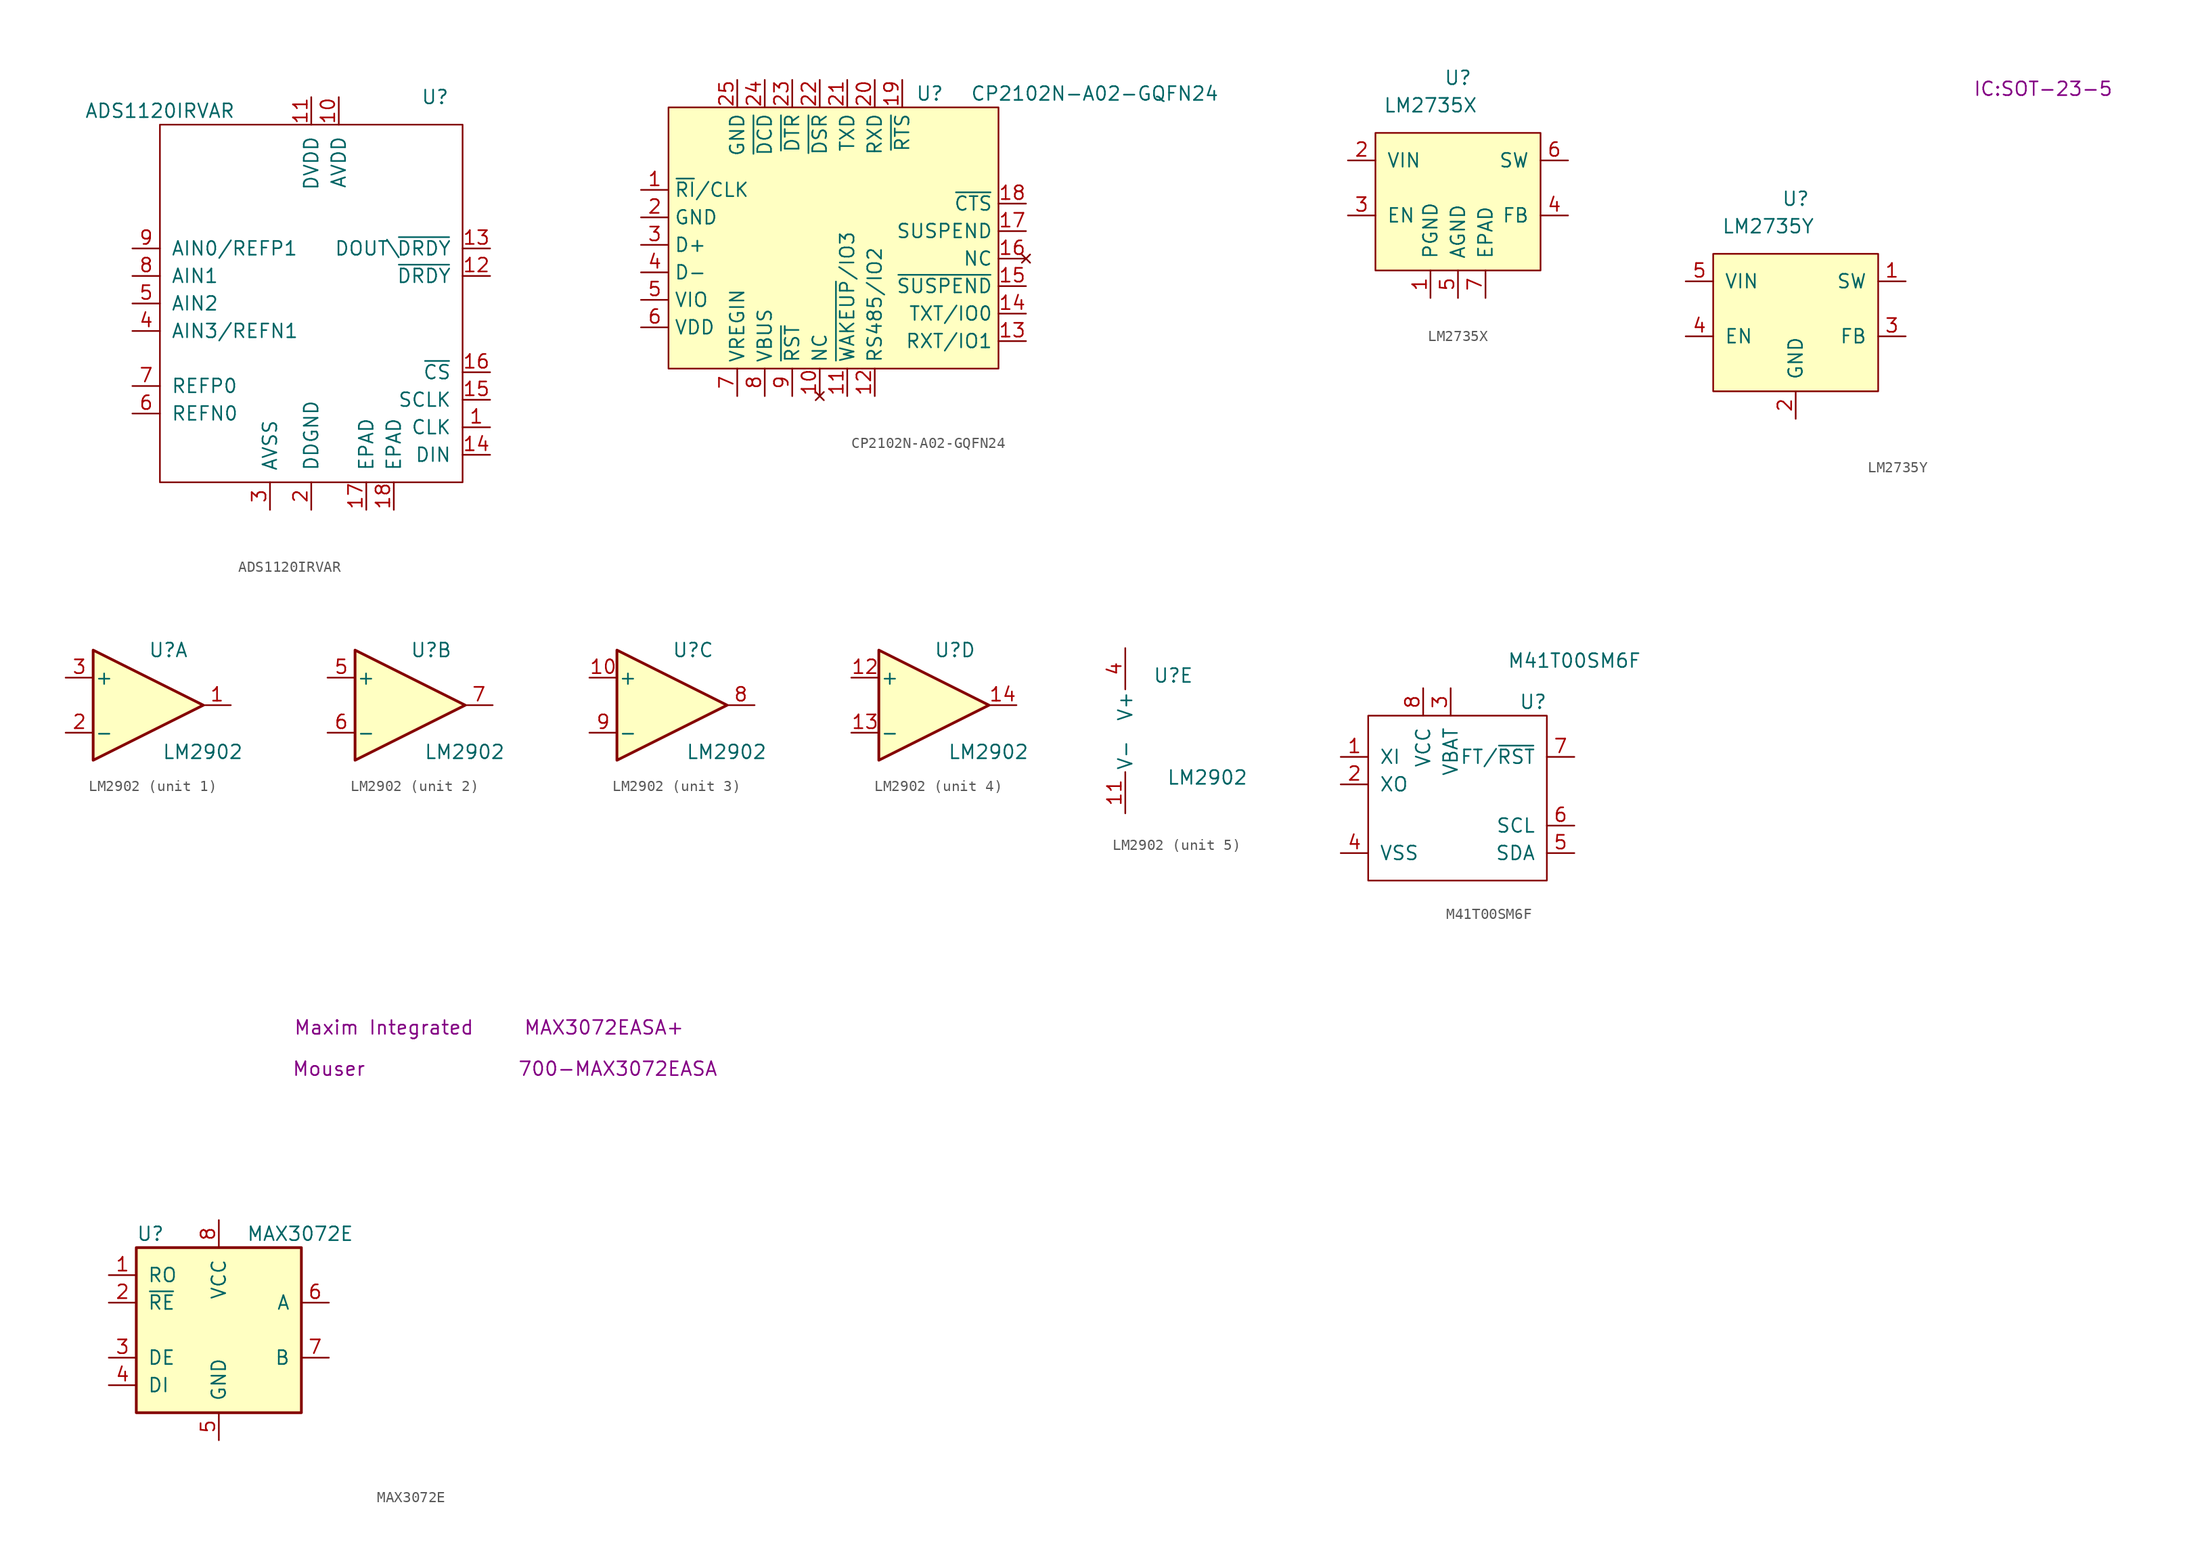
<source format=kicad_sym>
(kicad_symbol_lib
  (version 20220914)
  (generator kicad_symbol_editor)
  (symbol "ADS1120IRVAR"
    (pin_names
      (offset 1.016))
    (property "Reference" "U"
      (at 11.43 22.86 0)
      (effects (font (size 1.27 1.27))))
    (property "Value" "ADS1120IRVAR"
      (at -13.97 21.59 0)
      (effects (font (size 1.27 1.27))))
    (symbol "ADS1120IRVAR_0_1"
      (rectangle (start -13.97 20.32) (end 13.97 -12.7) (stroke (width 0) (type solid)) (fill (type none))))
    (symbol "ADS1120IRVAR_1_1"
      (pin passive line (at 16.51 -7.62 180) (length 2.54) (name "CLK" (effects (font (size 1.27 1.27)))) (number "1" (effects (font (size 1.27 1.27)))))
      (pin passive line (at 2.54 22.86 270) (length 2.54) (name "AVDD" (effects (font (size 1.27 1.27)))) (number "10" (effects (font (size 1.27 1.27)))))
      (pin input line (at 0 22.86 270) (length 2.54) (name "DVDD" (effects (font (size 1.27 1.27)))) (number "11" (effects (font (size 1.27 1.27)))))
      (pin output line (at 16.51 6.35 180) (length 2.54) (name "~{DRDY}" (effects (font (size 1.27 1.27)))) (number "12" (effects (font (size 1.27 1.27)))))
      (pin output line (at 16.51 8.89 180) (length 2.54) (name "DOUT\\~{DRDY}" (effects (font (size 1.27 1.27)))) (number "13" (effects (font (size 1.27 1.27)))))
      (pin input line (at 16.51 -10.16 180) (length 2.54) (name "DIN" (effects (font (size 1.27 1.27)))) (number "14" (effects (font (size 1.27 1.27)))))
      (pin input line (at 16.51 -5.08 180) (length 2.54) (name "SCLK" (effects (font (size 1.27 1.27)))) (number "15" (effects (font (size 1.27 1.27)))))
      (pin input line (at 16.51 -2.54 180) (length 2.54) (name "~{CS}" (effects (font (size 1.27 1.27)))) (number "16" (effects (font (size 1.27 1.27)))))
      (pin passive line (at 5.08 -15.24 90) (length 2.54) (name "EPAD" (effects (font (size 1.27 1.27)))) (number "17" (effects (font (size 1.27 1.27)))))
      (pin passive line (at 7.62 -15.24 90) (length 2.54) (name "EPAD" (effects (font (size 1.27 1.27)))) (number "18" (effects (font (size 1.27 1.27)))))
      (pin passive line (at 0 -15.24 90) (length 2.54) (name "DDGND" (effects (font (size 1.27 1.27)))) (number "2" (effects (font (size 1.27 1.27)))))
      (pin passive line (at -3.81 -15.24 90) (length 2.54) (name "AVSS" (effects (font (size 1.27 1.27)))) (number "3" (effects (font (size 1.27 1.27)))))
      (pin input line (at -16.51 1.27 0) (length 2.54) (name "AIN3/REFN1" (effects (font (size 1.27 1.27)))) (number "4" (effects (font (size 1.27 1.27)))))
      (pin input line (at -16.51 3.81 0) (length 2.54) (name "AIN2" (effects (font (size 1.27 1.27)))) (number "5" (effects (font (size 1.27 1.27)))))
      (pin passive line (at -16.51 -6.35 0) (length 2.54) (name "REFN0" (effects (font (size 1.27 1.27)))) (number "6" (effects (font (size 1.27 1.27)))))
      (pin passive line (at -16.51 -3.81 0) (length 2.54) (name "REFP0" (effects (font (size 1.27 1.27)))) (number "7" (effects (font (size 1.27 1.27)))))
      (pin input line (at -16.51 6.35 0) (length 2.54) (name "AIN1" (effects (font (size 1.27 1.27)))) (number "8" (effects (font (size 1.27 1.27)))))
      (pin input line (at -16.51 8.89 0) (length 2.54) (name "AIN0/REFP1" (effects (font (size 1.27 1.27)))) (number "9" (effects (font (size 1.27 1.27)))))))
  (symbol "CP2102N-A02-GQFN24"
    (property "Reference" "U"
      (at 8.89 13.97 0)
      (effects (font (size 1.27 1.27))))
    (property "Value" "CP2102N-A02-GQFN24"
      (at 24.13 13.97 0)
      (effects (font (size 1.27 1.27))))
    (symbol "CP2102N-A02-GQFN24_0_1"
      (rectangle (start -15.24 12.7) (end 15.24 -11.43) (stroke (width 0) (type solid)) (fill (type background))))
    (symbol "CP2102N-A02-GQFN24_1_1"
      (pin bidirectional line (at -17.78 5.08 0) (length 2.54) (name "~{RI}/CLK" (effects (font (size 1.27 1.27)))) (number "1" (effects (font (size 1.27 1.27)))))
      (pin no_connect line (at -1.27 -13.97 90) (length 2.54) (name "NC" (effects (font (size 1.27 1.27)))) (number "10" (effects (font (size 1.27 1.27)))))
      (pin bidirectional line (at 1.27 -13.97 90) (length 2.54) (name "~{WAKEUP}/IO3" (effects (font (size 1.27 1.27)))) (number "11" (effects (font (size 1.27 1.27)))))
      (pin bidirectional line (at 3.81 -13.97 90) (length 2.54) (name "RS485/IO2" (effects (font (size 1.27 1.27)))) (number "12" (effects (font (size 1.27 1.27)))))
      (pin bidirectional line (at 17.78 -8.89 180) (length 2.54) (name "RXT/IO1" (effects (font (size 1.27 1.27)))) (number "13" (effects (font (size 1.27 1.27)))))
      (pin bidirectional line (at 17.78 -6.35 180) (length 2.54) (name "TXT/IO0" (effects (font (size 1.27 1.27)))) (number "14" (effects (font (size 1.27 1.27)))))
      (pin output line (at 17.78 -3.81 180) (length 2.54) (name "~{SUSPEND}" (effects (font (size 1.27 1.27)))) (number "15" (effects (font (size 1.27 1.27)))))
      (pin no_connect line (at 17.78 -1.27 180) (length 2.54) (name "NC" (effects (font (size 1.27 1.27)))) (number "16" (effects (font (size 1.27 1.27)))))
      (pin output line (at 17.78 1.27 180) (length 2.54) (name "SUSPEND" (effects (font (size 1.27 1.27)))) (number "17" (effects (font (size 1.27 1.27)))))
      (pin input line (at 17.78 3.81 180) (length 2.54) (name "~{CTS}" (effects (font (size 1.27 1.27)))) (number "18" (effects (font (size 1.27 1.27)))))
      (pin output line (at 6.35 15.24 270) (length 2.54) (name "~{RTS}" (effects (font (size 1.27 1.27)))) (number "19" (effects (font (size 1.27 1.27)))))
      (pin power_in line (at -17.78 2.54 0) (length 2.54) (name "GND" (effects (font (size 1.27 1.27)))) (number "2" (effects (font (size 1.27 1.27)))))
      (pin input line (at 3.81 15.24 270) (length 2.54) (name "RXD" (effects (font (size 1.27 1.27)))) (number "20" (effects (font (size 1.27 1.27)))))
      (pin output line (at 1.27 15.24 270) (length 2.54) (name "TXD" (effects (font (size 1.27 1.27)))) (number "21" (effects (font (size 1.27 1.27)))))
      (pin input line (at -1.27 15.24 270) (length 2.54) (name "~{DSR}" (effects (font (size 1.27 1.27)))) (number "22" (effects (font (size 1.27 1.27)))))
      (pin output line (at -3.81 15.24 270) (length 2.54) (name "~{DTR}" (effects (font (size 1.27 1.27)))) (number "23" (effects (font (size 1.27 1.27)))))
      (pin input line (at -6.35 15.24 270) (length 2.54) (name "~{DCD}" (effects (font (size 1.27 1.27)))) (number "24" (effects (font (size 1.27 1.27)))))
      (pin power_in line (at -8.89 15.24 270) (length 2.54) (name "GND" (effects (font (size 1.27 1.27)))) (number "25" (effects (font (size 1.27 1.27)))))
      (pin bidirectional line (at -17.78 0 0) (length 2.54) (name "D+" (effects (font (size 1.27 1.27)))) (number "3" (effects (font (size 1.27 1.27)))))
      (pin bidirectional line (at -17.78 -2.54 0) (length 2.54) (name "D-" (effects (font (size 1.27 1.27)))) (number "4" (effects (font (size 1.27 1.27)))))
      (pin power_in line (at -17.78 -5.08 0) (length 2.54) (name "VIO" (effects (font (size 1.27 1.27)))) (number "5" (effects (font (size 1.27 1.27)))))
      (pin power_in line (at -17.78 -7.62 0) (length 2.54) (name "VDD" (effects (font (size 1.27 1.27)))) (number "6" (effects (font (size 1.27 1.27)))))
      (pin power_in line (at -8.89 -13.97 90) (length 2.54) (name "VREGIN" (effects (font (size 1.27 1.27)))) (number "7" (effects (font (size 1.27 1.27)))))
      (pin power_in line (at -6.35 -13.97 90) (length 2.54) (name "VBUS" (effects (font (size 1.27 1.27)))) (number "8" (effects (font (size 1.27 1.27)))))
      (pin input line (at -3.81 -13.97 90) (length 2.54) (name "~{RST}" (effects (font (size 1.27 1.27)))) (number "9" (effects (font (size 1.27 1.27)))))))
  (symbol "LM2735X"
    (pin_names
      (offset 1.016))
    (property "Reference" "U"
      (at 2.54 15.24 0)
      (effects (font (size 1.27 1.27))))
    (property "Value" "LM2735X"
      (at 0 12.7 0)
      (effects (font (size 1.27 1.27))))
    (symbol "LM2735X_0_1"
      (rectangle (start -5.08 10.16) (end 10.16 -2.54) (stroke (width 0) (type solid)) (fill (type background))))
    (symbol "LM2735X_1_1"
      (pin passive line (at 0 -5.08 90) (length 2.54) (name "PGND" (effects (font (size 1.27 1.27)))) (number "1" (effects (font (size 1.27 1.27)))))
      (pin passive line (at -7.62 7.62 0) (length 2.54) (name "VIN" (effects (font (size 1.27 1.27)))) (number "2" (effects (font (size 1.27 1.27)))))
      (pin passive line (at -7.62 2.54 0) (length 2.54) (name "EN" (effects (font (size 1.27 1.27)))) (number "3" (effects (font (size 1.27 1.27)))))
      (pin passive line (at 12.7 2.54 180) (length 2.54) (name "FB" (effects (font (size 1.27 1.27)))) (number "4" (effects (font (size 1.27 1.27)))))
      (pin passive line (at 2.54 -5.08 90) (length 2.54) (name "AGND" (effects (font (size 1.27 1.27)))) (number "5" (effects (font (size 1.27 1.27)))))
      (pin passive line (at 12.7 7.62 180) (length 2.54) (name "SW" (effects (font (size 1.27 1.27)))) (number "6" (effects (font (size 1.27 1.27)))))
      (pin passive line (at 5.08 -5.08 90) (length 2.54) (name "EPAD" (effects (font (size 1.27 1.27)))) (number "7" (effects (font (size 1.27 1.27)))))))
  (symbol "LM2735Y"
    (pin_names
      (offset 1.016))
    (property "Reference" "U"
      (at 2.54 15.24 0)
      (effects (font (size 1.27 1.27))))
    (property "Value" "LM2735Y"
      (at 0 12.7 0)
      (effects (font (size 1.27 1.27))))
    (property "Footprint" "IC:SOT-23-5"
      (at 25.4 25.4 0)
      (effects (font (size 1.27 1.27))))
    (symbol "LM2735Y_0_1"
      (rectangle (start -5.08 10.16) (end 10.16 -2.54) (stroke (width 0) (type solid)) (fill (type background))))
    (symbol "LM2735Y_1_1"
      (pin passive line (at 12.7 7.62 180) (length 2.54) (name "SW" (effects (font (size 1.27 1.27)))) (number "1" (effects (font (size 1.27 1.27)))))
      (pin passive line (at 2.54 -5.08 90) (length 2.54) (name "GND" (effects (font (size 1.27 1.27)))) (number "2" (effects (font (size 1.27 1.27)))))
      (pin passive line (at 12.7 2.54 180) (length 2.54) (name "FB" (effects (font (size 1.27 1.27)))) (number "3" (effects (font (size 1.27 1.27)))))
      (pin passive line (at -7.62 2.54 0) (length 2.54) (name "EN" (effects (font (size 1.27 1.27)))) (number "4" (effects (font (size 1.27 1.27)))))
      (pin passive line (at -7.62 7.62 0) (length 2.54) (name "VIN" (effects (font (size 1.27 1.27)))) (number "5" (effects (font (size 1.27 1.27)))))))
  (symbol "LM2902"
    (pin_names
      (offset 0.127))
    (property "Reference" "U"
      (at 0 5.08 0)
      (effects (font (size 1.27 1.27)) (justify left)))
    (property "Value" "LM2902"
      (at 1.27 -4.318 0)
      (effects (font (size 1.27 1.27)) (justify left)))
    (property "ki_locked" ""
      (at 0 0 0)
      (effects (font (size 1.27 1.27))))
    (symbol "LM2902_1_1"
      (polyline (pts (xy -5.08 5.08) (xy 5.08 0) (xy -5.08 -5.08) (xy -5.08 5.08)) (stroke (width 0.254) (type solid)) (fill (type background)))
      (pin output line (at 7.62 0 180) (length 2.54) (name "~" (effects (font (size 1.27 1.27)))) (number "1" (effects (font (size 1.27 1.27)))))
      (pin input line (at -7.62 -2.54 0) (length 2.54) (name "-" (effects (font (size 1.27 1.27)))) (number "2" (effects (font (size 1.27 1.27)))))
      (pin input line (at -7.62 2.54 0) (length 2.54) (name "+" (effects (font (size 1.27 1.27)))) (number "3" (effects (font (size 1.27 1.27))))))
    (symbol "LM2902_2_1"
      (polyline (pts (xy -5.08 5.08) (xy 5.08 0) (xy -5.08 -5.08) (xy -5.08 5.08)) (stroke (width 0.254) (type solid)) (fill (type background)))
      (pin input line (at -7.62 2.54 0) (length 2.54) (name "+" (effects (font (size 1.27 1.27)))) (number "5" (effects (font (size 1.27 1.27)))))
      (pin input line (at -7.62 -2.54 0) (length 2.54) (name "-" (effects (font (size 1.27 1.27)))) (number "6" (effects (font (size 1.27 1.27)))))
      (pin output line (at 7.62 0 180) (length 2.54) (name "~" (effects (font (size 1.27 1.27)))) (number "7" (effects (font (size 1.27 1.27))))))
    (symbol "LM2902_3_1"
      (polyline (pts (xy -5.08 5.08) (xy 5.08 0) (xy -5.08 -5.08) (xy -5.08 5.08)) (stroke (width 0.254) (type solid)) (fill (type background)))
      (pin input line (at -7.62 2.54 0) (length 2.54) (name "+" (effects (font (size 1.27 1.27)))) (number "10" (effects (font (size 1.27 1.27)))))
      (pin output line (at 7.62 0 180) (length 2.54) (name "~" (effects (font (size 1.27 1.27)))) (number "8" (effects (font (size 1.27 1.27)))))
      (pin input line (at -7.62 -2.54 0) (length 2.54) (name "-" (effects (font (size 1.27 1.27)))) (number "9" (effects (font (size 1.27 1.27))))))
    (symbol "LM2902_4_1"
      (polyline (pts (xy -5.08 5.08) (xy 5.08 0) (xy -5.08 -5.08) (xy -5.08 5.08)) (stroke (width 0.254) (type solid)) (fill (type background)))
      (pin input line (at -7.62 2.54 0) (length 2.54) (name "+" (effects (font (size 1.27 1.27)))) (number "12" (effects (font (size 1.27 1.27)))))
      (pin input line (at -7.62 -2.54 0) (length 2.54) (name "-" (effects (font (size 1.27 1.27)))) (number "13" (effects (font (size 1.27 1.27)))))
      (pin output line (at 7.62 0 180) (length 2.54) (name "~" (effects (font (size 1.27 1.27)))) (number "14" (effects (font (size 1.27 1.27))))))
    (symbol "LM2902_5_1"
      (pin power_in line (at -2.54 -7.62 90) (length 3.81) (name "V-" (effects (font (size 1.27 1.27)))) (number "11" (effects (font (size 1.27 1.27)))))
      (pin power_in line (at -2.54 7.62 270) (length 3.81) (name "V+" (effects (font (size 1.27 1.27)))) (number "4" (effects (font (size 1.27 1.27)))))))
  (symbol "M41T00SM6F"
    (pin_names
      (offset 1.016))
    (property "Reference" "U"
      (at 15.24 16.51 0)
      (effects (font (size 1.27 1.27))))
    (property "Value" "M41T00SM6F"
      (at 19.05 20.32 0)
      (effects (font (size 1.27 1.27))))
    (symbol "M41T00SM6F_0_1"
      (rectangle (start 0 15.24) (end 16.51 0) (stroke (width 0) (type solid)) (fill (type none))))
    (symbol "M41T00SM6F_1_1"
      (pin input line (at -2.54 11.43 0) (length 2.54) (name "XI" (effects (font (size 1.27 1.27)))) (number "1" (effects (font (size 1.27 1.27)))))
      (pin input line (at -2.54 8.89 0) (length 2.54) (name "XO" (effects (font (size 1.27 1.27)))) (number "2" (effects (font (size 1.27 1.27)))))
      (pin passive line (at 7.62 17.78 270) (length 2.54) (name "VBAT" (effects (font (size 1.27 1.27)))) (number "3" (effects (font (size 1.27 1.27)))))
      (pin passive line (at -2.54 2.54 0) (length 2.54) (name "VSS" (effects (font (size 1.27 1.27)))) (number "4" (effects (font (size 1.27 1.27)))))
      (pin bidirectional line (at 19.05 2.54 180) (length 2.54) (name "SDA" (effects (font (size 1.27 1.27)))) (number "5" (effects (font (size 1.27 1.27)))))
      (pin bidirectional line (at 19.05 5.08 180) (length 2.54) (name "SCL" (effects (font (size 1.27 1.27)))) (number "6" (effects (font (size 1.27 1.27)))))
      (pin output line (at 19.05 11.43 180) (length 2.54) (name "FT/~{RST}" (effects (font (size 1.27 1.27)))) (number "7" (effects (font (size 1.27 1.27)))))
      (pin passive line (at 5.08 17.78 270) (length 2.54) (name "VCC" (effects (font (size 1.27 1.27)))) (number "8" (effects (font (size 1.27 1.27)))))))
  (symbol "MAX3072E"
    (pin_names
      (offset 1.016))
    (property "Reference" "U"
      (at -7.62 8.89 0)
      (effects (font (size 1.27 1.27)) (justify left)))
    (property "Value" "MAX3072E"
      (at 2.54 8.89 0)
      (effects (font (size 1.27 1.27)) (justify left)))
    (property "Manufacturer" "Maxim Integrated"
      (at 15.24 27.94 0)
      (effects (font (size 1.27 1.27))))
    (property "Manufacturer Part Number" "MAX3072EASA+"
      (at 35.56 27.94 0)
      (effects (font (size 1.27 1.27))))
    (property "Supplier" "Mouser"
      (at 10.16 24.13 0)
      (effects (font (size 1.27 1.27))))
    (property "Supplier Part Number" "700-MAX3072EASA"
      (at 36.83 24.13 0)
      (effects (font (size 1.27 1.27))))
    (symbol "MAX3072E_0_1"
      (rectangle (start -7.62 7.62) (end 7.62 -7.62) (stroke (width 0.254) (type solid)) (fill (type background))))
    (symbol "MAX3072E_1_1"
      (pin passive line (at -10.16 5.08 0) (length 2.54) (name "RO" (effects (font (size 1.27 1.27)))) (number "1" (effects (font (size 1.27 1.27)))))
      (pin input line (at -10.16 2.54 0) (length 2.54) (name "~{RE}" (effects (font (size 1.27 1.27)))) (number "2" (effects (font (size 1.27 1.27)))))
      (pin input line (at -10.16 -2.54 0) (length 2.54) (name "DE" (effects (font (size 1.27 1.27)))) (number "3" (effects (font (size 1.27 1.27)))))
      (pin input line (at -10.16 -5.08 0) (length 2.54) (name "DI" (effects (font (size 1.27 1.27)))) (number "4" (effects (font (size 1.27 1.27)))))
      (pin power_in line (at 0 -10.16 90) (length 2.54) (name "GND" (effects (font (size 1.27 1.27)))) (number "5" (effects (font (size 1.27 1.27)))))
      (pin bidirectional line (at 10.16 2.54 180) (length 2.54) (name "A" (effects (font (size 1.27 1.27)))) (number "6" (effects (font (size 1.27 1.27)))))
      (pin bidirectional line (at 10.16 -2.54 180) (length 2.54) (name "B" (effects (font (size 1.27 1.27)))) (number "7" (effects (font (size 1.27 1.27)))))
      (pin power_in line (at 0 10.16 270) (length 2.54) (name "VCC" (effects (font (size 1.27 1.27)))) (number "8" (effects (font (size 1.27 1.27))))))))
</source>
